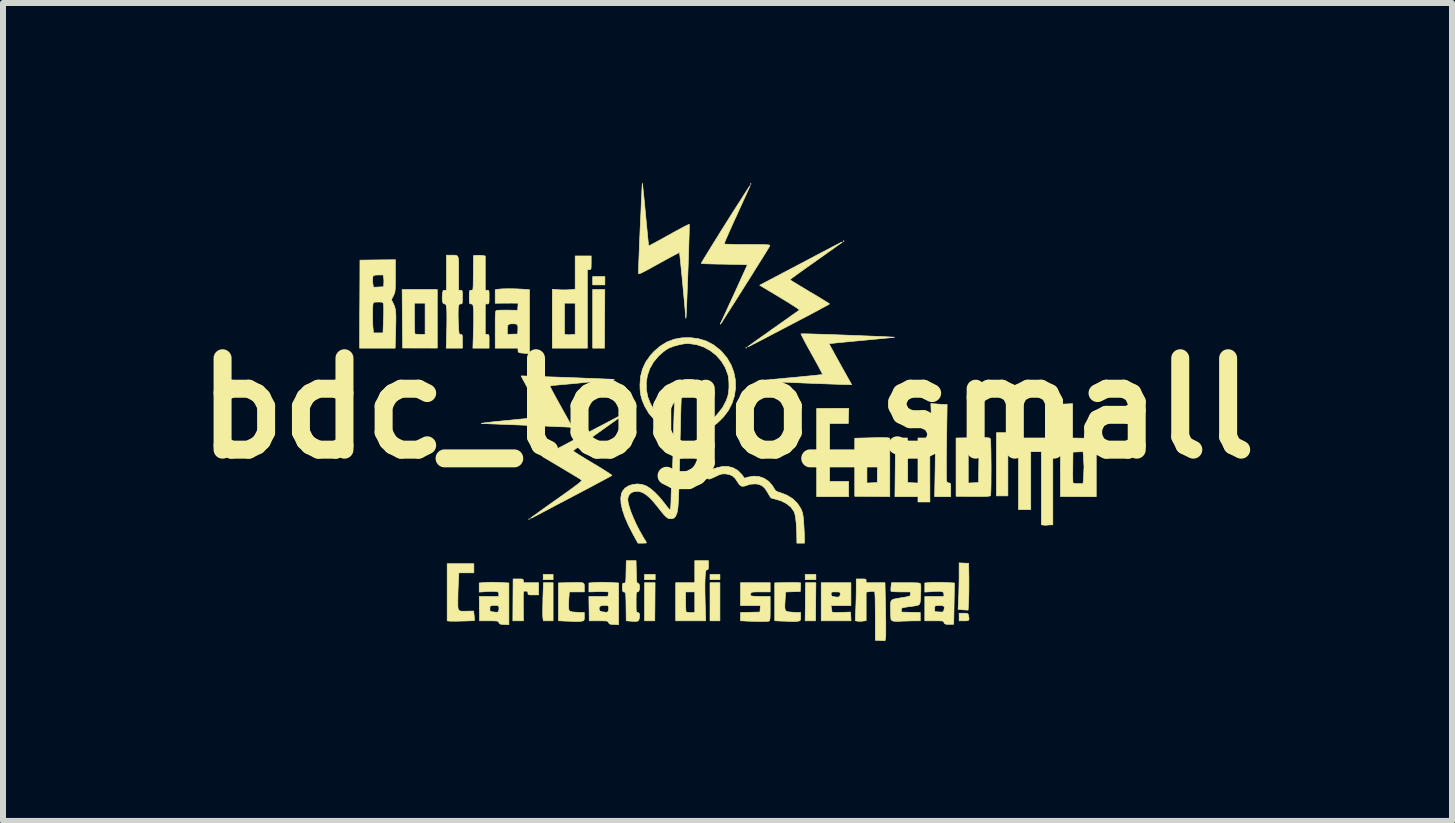
<source format=kicad_pcb>
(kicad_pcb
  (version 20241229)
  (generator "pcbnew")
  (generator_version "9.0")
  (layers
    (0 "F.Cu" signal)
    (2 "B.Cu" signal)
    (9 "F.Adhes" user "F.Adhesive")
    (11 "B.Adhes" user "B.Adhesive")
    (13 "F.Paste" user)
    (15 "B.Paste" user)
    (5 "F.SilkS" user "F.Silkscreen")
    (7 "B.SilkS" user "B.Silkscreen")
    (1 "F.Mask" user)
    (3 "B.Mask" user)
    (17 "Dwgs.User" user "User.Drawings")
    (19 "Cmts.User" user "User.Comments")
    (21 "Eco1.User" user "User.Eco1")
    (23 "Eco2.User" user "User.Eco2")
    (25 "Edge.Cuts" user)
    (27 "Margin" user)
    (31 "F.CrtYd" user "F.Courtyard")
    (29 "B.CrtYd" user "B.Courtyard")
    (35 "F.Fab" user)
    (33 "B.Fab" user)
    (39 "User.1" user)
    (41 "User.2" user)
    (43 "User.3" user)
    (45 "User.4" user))
  (footprint "bdc_logo_small"
    (layer "F.Cu")
    (at 9.079 3.757)
    (property "Reference" "bdc_logo_small" (at 0 0 0) (layer "F.SilkS") (effects (font (size 1.524 1.524) (thickness 0.3))))
    (attr through_hole)
    (fp_poly (pts (xy -3.302 1.848) (xy -3.308 1.854) (xy -3.315 1.848) (xy -3.308 1.841) (xy -3.302 1.848)) (stroke (width 0.01) (type solid)) (fill yes) (layer "F.SilkS"))
    (fp_poly (pts (xy -2.908 2.857) (xy -3.073 2.857) (xy -3.073 2.769) (xy -2.908 2.769) (xy -2.908 2.857)) (stroke (width 0.01) (type solid)) (fill yes) (layer "F.SilkS"))
    (fp_poly (pts (xy -2.045 -2.057) (xy -2.248 -2.057) (xy -2.248 -2.197) (xy -2.045 -2.197) (xy -2.045 -2.057)) (stroke (width 0.01) (type solid)) (fill yes) (layer "F.SilkS"))
    (fp_poly (pts (xy -1.676 0.07) (xy -1.683 0.076) (xy -1.689 0.07) (xy -1.683 0.064) (xy -1.676 0.07)) (stroke (width 0.01) (type solid)) (fill yes) (layer "F.SilkS"))
    (fp_poly (pts (xy -1.206 2.857) (xy -1.384 2.857) (xy -1.384 2.769) (xy -1.206 2.769) (xy -1.206 2.857)) (stroke (width 0.01) (type solid)) (fill yes) (layer "F.SilkS"))
    (fp_poly (pts (xy -0.127 2.857) (xy -0.292 2.857) (xy -0.292 2.769) (xy -0.127 2.769) (xy -0.127 2.857)) (stroke (width 0.01) (type solid)) (fill yes) (layer "F.SilkS"))
    (fp_poly (pts (xy -0.127 3.543) (xy -0.292 3.543) (xy -0.292 2.908) (xy -0.127 2.908) (xy -0.127 3.543)) (stroke (width 0.01) (type solid)) (fill yes) (layer "F.SilkS"))
    (fp_poly (pts (xy 0.318 -1.01) (xy 0.311 -1.003) (xy 0.305 -1.01) (xy 0.311 -1.016) (xy 0.318 -1.01)) (stroke (width 0.01) (type solid)) (fill yes) (layer "F.SilkS"))
    (fp_poly (pts (xy 0.394 -3.74) (xy 0.387 -3.734) (xy 0.381 -3.74) (xy 0.387 -3.747) (xy 0.394 -3.74)) (stroke (width 0.01) (type solid)) (fill yes) (layer "F.SilkS"))
    (fp_poly (pts (xy 1.473 2.857) (xy 1.295 2.857) (xy 1.295 2.769) (xy 1.473 2.769) (xy 1.473 2.857)) (stroke (width 0.01) (type solid)) (fill yes) (layer "F.SilkS"))
    (fp_poly (pts (xy 1.943 -2.788) (xy 1.937 -2.781) (xy 1.93 -2.788) (xy 1.937 -2.794) (xy 1.943 -2.788)) (stroke (width 0.01) (type solid)) (fill yes) (layer "F.SilkS"))
    (fp_poly (pts (xy -2.049 -1.492) (xy -2.051 -1.003) (xy -2.149 -1.003) (xy -2.248 -1.003) (xy -2.248 -1.981) (xy -2.046 -1.981) (xy -2.049 -1.492)) (stroke (width 0.01) (type solid)) (fill yes) (layer "F.SilkS"))
    (fp_poly (pts (xy -1.21 3.226) (xy -1.213 3.543) (xy -1.299 3.543) (xy -1.384 3.543) (xy -1.384 2.908) (xy -1.208 2.908) (xy -1.21 3.226)) (stroke (width 0.01) (type solid)) (fill yes) (layer "F.SilkS"))
    (fp_poly (pts (xy 1.47 3.226) (xy 1.467 3.543) (xy 1.38 3.543) (xy 1.294 3.543) (xy 1.301 2.908) (xy 1.473 2.908) (xy 1.47 3.226)) (stroke (width 0.01) (type solid)) (fill yes) (layer "F.SilkS"))
    (fp_poly (pts (xy 2.017 0.127) (xy 2.013 0.254) (xy 1.857 0.254) (xy 1.702 0.254) (xy 1.702 1.219) (xy 2.019 1.219) (xy 2.019 1.473) (xy 1.486 1.473) (xy 1.486 0.002) (xy 2.021 -0.00008) (xy 2.017 0.127)) (stroke (width 0.01) (type solid)) (fill yes) (layer "F.SilkS"))
    (fp_poly (pts (xy -2.908 3.543) (xy -3.07 3.543) (xy -3.078 3.496) (xy -3.08 3.469) (xy -3.081 3.421) (xy -3.081 3.357) (xy -3.08 3.282) (xy -3.078 3.199) (xy -3.078 3.178) (xy -3.069 2.908) (xy -2.908 2.908) (xy -2.908 3.543)) (stroke (width 0.01) (type solid)) (fill yes) (layer "F.SilkS"))
    (fp_poly (pts (xy 3.977 3.417) (xy 4 3.421) (xy 4.011 3.432) (xy 4.017 3.453) (xy 4.018 3.456) (xy 4.026 3.501) (xy 4.024 3.527) (xy 4.008 3.539) (xy 3.974 3.543) (xy 3.943 3.543) (xy 3.861 3.543) (xy 3.861 3.416) (xy 3.935 3.416) (xy 3.977 3.417)) (stroke (width 0.01) (type solid)) (fill yes) (layer "F.SilkS"))
    (fp_poly (pts (xy 4.674 0.495) (xy 5.423 0.495) (xy 5.423 1.943) (xy 5.388 1.943) (xy 5.352 1.945) (xy 5.328 1.948) (xy 5.295 1.949) (xy 5.267 1.947) (xy 5.232 1.941) (xy 5.232 0.724) (xy 5.055 0.724) (xy 5.055 1.689) (xy 4.851 1.689) (xy 4.851 0.724) (xy 4.674 0.724) (xy 4.674 1.46) (xy 4.483 1.46) (xy 4.483 0.406) (xy 4.674 0.406) (xy 4.674 0.495)) (stroke (width 0.01) (type solid)) (fill yes) (layer "F.SilkS"))
    (fp_poly (pts (xy 3.373 1.029) (xy 3.374 1.562) (xy 3.175 1.562) (xy 3.175 1.473) (xy 2.791 1.473) (xy 2.796 0.984) (xy 2.8 0.495) (xy 2.899 0.495) (xy 2.997 0.495) (xy 3 0.549) (xy 3.001 0.577) (xy 3.002 0.626) (xy 3.003 0.691) (xy 3.003 0.77) (xy 3.003 0.857) (xy 3.004 0.921) (xy 3.004 1.238) (xy 3.175 1.246) (xy 3.175 0.495) (xy 3.372 0.495) (xy 3.373 1.029)) (stroke (width 0.01) (type solid)) (fill yes) (layer "F.SilkS"))
    (fp_poly (pts (xy -4.839 -1.004) (xy -5.417 -1.005) (xy -5.421 -1.493) (xy -5.423 -1.753) (xy -5.22 -1.753) (xy -5.22 -1.501) (xy -5.219 -1.423) (xy -5.218 -1.354) (xy -5.216 -1.299) (xy -5.214 -1.259) (xy -5.212 -1.241) (xy -5.211 -1.24) (xy -5.195 -1.236) (xy -5.161 -1.233) (xy -5.122 -1.232) (xy -5.042 -1.232) (xy -5.042 -1.753) (xy -5.22 -1.753) (xy -5.423 -1.753) (xy -5.425 -1.981) (xy -4.839 -1.981) (xy -4.839 -1.004)) (stroke (width 0.01) (type solid)) (fill yes) (layer "F.SilkS"))
    (fp_poly (pts (xy 3.94 2.581) (xy 4.02 2.584) (xy 4.024 2.819) (xy 4.024 2.909) (xy 4.024 3.002) (xy 4.023 3.093) (xy 4.021 3.171) (xy 4.019 3.21) (xy 4.011 3.365) (xy 3.977 3.363) (xy 3.941 3.361) (xy 3.899 3.357) (xy 3.894 3.356) (xy 3.844 3.351) (xy 3.852 3.171) (xy 3.856 3.09) (xy 3.858 2.994) (xy 3.86 2.894) (xy 3.861 2.802) (xy 3.861 2.784) (xy 3.861 2.577) (xy 3.94 2.581)) (stroke (width 0.01) (type solid)) (fill yes) (layer "F.SilkS"))
    (fp_poly (pts (xy 2.643 0.49) (xy 2.669 0.491) (xy 2.671 0.492) (xy 2.705 0.498) (xy 2.705 1.472) (xy 2.121 1.467) (xy 2.121 0.727) (xy 2.324 0.727) (xy 2.324 1.246) (xy 2.496 1.238) (xy 2.502 0.727) (xy 2.467 0.722) (xy 2.43 0.719) (xy 2.386 0.721) (xy 2.378 0.721) (xy 2.324 0.727) (xy 2.121 0.727) (xy 2.121 0.499) (xy 2.379 0.492) (xy 2.46 0.49) (xy 2.533 0.489) (xy 2.596 0.489) (xy 2.643 0.49)) (stroke (width 0.01) (type solid)) (fill yes) (layer "F.SilkS"))
    (fp_poly (pts (xy -2.273 -2.426) (xy -2.274 -2.372) (xy -2.275 -2.338) (xy -2.28 -2.32) (xy -2.288 -2.313) (xy -2.302 -2.311) (xy -2.305 -2.311) (xy -2.337 -2.311) (xy -2.337 -1.003) (xy -2.921 -1.003) (xy -2.921 -1.753) (xy -2.718 -1.753) (xy -2.718 -1.234) (xy -2.683 -1.228) (xy -2.647 -1.225) (xy -2.623 -1.227) (xy -2.588 -1.231) (xy -2.569 -1.232) (xy -2.54 -1.232) (xy -2.54 -1.753) (xy -2.718 -1.753) (xy -2.921 -1.753) (xy -2.921 -1.985) (xy -2.826 -1.977) (xy -2.76 -1.974) (xy -2.688 -1.974) (xy -2.635 -1.977) (xy -2.54 -1.985) (xy -2.54 -2.54) (xy -2.273 -2.54) (xy -2.273 -2.426)) (stroke (width 0.01) (type solid)) (fill yes) (layer "F.SilkS"))
    (fp_poly (pts (xy -4.229 2.743) (xy -4.479 2.743) (xy -4.487 2.905) (xy -4.491 2.986) (xy -4.494 3.077) (xy -4.495 3.164) (xy -4.496 3.217) (xy -4.496 3.285) (xy -4.493 3.332) (xy -4.484 3.361) (xy -4.464 3.377) (xy -4.432 3.383) (xy -4.381 3.383) (xy -4.342 3.382) (xy -4.233 3.38) (xy -4.224 3.457) (xy -4.221 3.498) (xy -4.219 3.528) (xy -4.22 3.538) (xy -4.234 3.54) (xy -4.268 3.542) (xy -4.317 3.544) (xy -4.376 3.546) (xy -4.44 3.547) (xy -4.502 3.549) (xy -4.559 3.549) (xy -4.604 3.549) (xy -4.633 3.548) (xy -4.639 3.548) (xy -4.674 3.542) (xy -4.674 2.591) (xy -4.229 2.591) (xy -4.229 2.743)) (stroke (width 0.01) (type solid)) (fill yes) (layer "F.SilkS"))
    (fp_poly (pts (xy -3.444 2.845) (xy -3.418 2.848) (xy -3.407 2.856) (xy -3.404 2.87) (xy -3.404 2.877) (xy -3.404 2.908) (xy -3.15 2.908) (xy -3.15 3.111) (xy -3.239 3.111) (xy -3.285 3.111) (xy -3.312 3.108) (xy -3.324 3.101) (xy -3.327 3.088) (xy -3.327 3.08) (xy -3.332 3.057) (xy -3.349 3.049) (xy -3.365 3.048) (xy -3.378 3.048) (xy -3.388 3.048) (xy -3.395 3.053) (xy -3.4 3.065) (xy -3.403 3.087) (xy -3.405 3.123) (xy -3.405 3.175) (xy -3.405 3.245) (xy -3.404 3.339) (xy -3.404 3.343) (xy -3.402 3.543) (xy -3.579 3.543) (xy -3.577 3.194) (xy -3.575 2.845) (xy -3.489 2.845) (xy -3.444 2.845)) (stroke (width 0.01) (type solid)) (fill yes) (layer "F.SilkS"))
    (fp_poly (pts (xy 5.753 0.495) (xy 5.852 0.497) (xy 5.918 0.498) (xy 5.992 0.497) (xy 6.048 0.496) (xy 6.147 0.492) (xy 6.147 1.474) (xy 5.55 1.471) (xy 5.55 1.124) (xy 5.755 1.124) (xy 5.756 1.181) (xy 5.757 1.221) (xy 5.759 1.24) (xy 5.759 1.241) (xy 5.776 1.252) (xy 5.818 1.257) (xy 5.846 1.257) (xy 5.927 1.257) (xy 5.935 1.172) (xy 5.943 0.977) (xy 5.935 0.821) (xy 5.927 0.723) (xy 5.759 0.73) (xy 5.756 0.978) (xy 5.755 1.055) (xy 5.755 1.124) (xy 5.55 1.124) (xy 5.55 0.167) (xy 5.515 0.163) (xy 5.48 0.159) (xy 5.48 -0.066) (xy 5.617 -0.071) (xy 5.753 -0.077) (xy 5.753 0.495)) (stroke (width 0.01) (type solid)) (fill yes) (layer "F.SilkS"))
    (fp_poly (pts (xy 0.711 3.061) (xy 0.553 3.061) (xy 0.487 3.061) (xy 0.442 3.062) (xy 0.414 3.065) (xy 0.398 3.071) (xy 0.39 3.079) (xy 0.387 3.086) (xy 0.384 3.112) (xy 0.387 3.124) (xy 0.403 3.129) (xy 0.44 3.133) (xy 0.494 3.136) (xy 0.553 3.137) (xy 0.711 3.137) (xy 0.711 3.339) (xy 0.711 3.416) (xy 0.71 3.472) (xy 0.707 3.509) (xy 0.703 3.532) (xy 0.697 3.544) (xy 0.691 3.548) (xy 0.67 3.551) (xy 0.627 3.553) (xy 0.567 3.554) (xy 0.495 3.553) (xy 0.414 3.551) (xy 0.329 3.548) (xy 0.308 3.547) (xy 0.216 3.542) (xy 0.216 3.404) (xy 0.54 3.397) (xy 0.548 3.289) (xy 0.216 3.289) (xy 0.216 2.908) (xy 0.711 2.908) (xy 0.711 3.061)) (stroke (width 0.01) (type solid)) (fill yes) (layer "F.SilkS"))
    (fp_poly (pts (xy 1.143 2.905) (xy 1.175 2.906) (xy 1.179 2.907) (xy 1.22 2.911) (xy 1.213 3.054) (xy 1.091 3.058) (xy 0.969 3.062) (xy 0.96 3.193) (xy 0.956 3.266) (xy 0.955 3.319) (xy 0.96 3.354) (xy 0.971 3.375) (xy 0.99 3.387) (xy 1.019 3.394) (xy 1.033 3.395) (xy 1.086 3.4) (xy 1.142 3.403) (xy 1.159 3.403) (xy 1.219 3.404) (xy 1.219 3.472) (xy 1.218 3.511) (xy 1.213 3.533) (xy 1.201 3.543) (xy 1.18 3.548) (xy 1.159 3.551) (xy 1.132 3.553) (xy 1.095 3.554) (xy 1.044 3.553) (xy 0.976 3.55) (xy 0.886 3.547) (xy 0.886 3.547) (xy 0.787 3.542) (xy 0.787 2.91) (xy 0.962 2.906) (xy 1.03 2.905) (xy 1.092 2.905) (xy 1.143 2.905)) (stroke (width 0.01) (type solid)) (fill yes) (layer "F.SilkS"))
    (fp_poly (pts (xy -0.318 2.616) (xy -0.319 2.659) (xy -0.323 2.682) (xy -0.332 2.691) (xy -0.341 2.692) (xy -0.353 2.695) (xy -0.36 2.707) (xy -0.366 2.733) (xy -0.371 2.777) (xy -0.373 2.808) (xy -0.375 2.854) (xy -0.377 2.92) (xy -0.377 3.002) (xy -0.376 3.092) (xy -0.374 3.186) (xy -0.373 3.233) (xy -0.364 3.543) (xy -0.864 3.543) (xy -0.864 3.061) (xy -0.699 3.061) (xy -0.699 3.224) (xy -0.698 3.286) (xy -0.696 3.338) (xy -0.694 3.376) (xy -0.69 3.394) (xy -0.69 3.395) (xy -0.673 3.4) (xy -0.64 3.403) (xy -0.614 3.404) (xy -0.546 3.404) (xy -0.546 3.061) (xy -0.699 3.061) (xy -0.864 3.061) (xy -0.864 2.908) (xy -0.546 2.908) (xy -0.546 2.54) (xy -0.318 2.54) (xy -0.318 2.616)) (stroke (width 0.01) (type solid)) (fill yes) (layer "F.SilkS"))
    (fp_poly (pts (xy -2.444 2.905) (xy -2.415 2.91) (xy -2.398 2.919) (xy -2.39 2.934) (xy -2.388 2.955) (xy -2.388 2.984) (xy -2.388 2.986) (xy -2.388 3.061) (xy -2.638 3.061) (xy -2.646 3.186) (xy -2.649 3.245) (xy -2.65 3.297) (xy -2.648 3.337) (xy -2.647 3.35) (xy -2.64 3.372) (xy -2.626 3.385) (xy -2.599 3.392) (xy -2.574 3.396) (xy -2.52 3.4) (xy -2.465 3.403) (xy -2.448 3.403) (xy -2.388 3.404) (xy -2.388 3.472) (xy -2.388 3.511) (xy -2.393 3.533) (xy -2.406 3.543) (xy -2.427 3.548) (xy -2.448 3.551) (xy -2.475 3.553) (xy -2.512 3.554) (xy -2.563 3.553) (xy -2.631 3.55) (xy -2.72 3.547) (xy -2.721 3.547) (xy -2.819 3.542) (xy -2.819 2.911) (xy -2.638 2.906) (xy -2.553 2.904) (xy -2.489 2.903) (xy -2.444 2.905)) (stroke (width 0.01) (type solid)) (fill yes) (layer "F.SilkS"))
    (fp_poly (pts (xy 2.057 3.289) (xy 1.724 3.289) (xy 1.732 3.329) (xy 1.738 3.363) (xy 1.74 3.388) (xy 1.743 3.396) (xy 1.756 3.401) (xy 1.782 3.403) (xy 1.826 3.404) (xy 1.891 3.402) (xy 1.895 3.402) (xy 2.051 3.397) (xy 2.055 3.47) (xy 2.059 3.543) (xy 1.562 3.543) (xy 1.562 3.098) (xy 1.727 3.098) (xy 1.731 3.124) (xy 1.746 3.136) (xy 1.768 3.14) (xy 1.802 3.145) (xy 1.824 3.148) (xy 1.825 3.148) (xy 1.849 3.145) (xy 1.86 3.142) (xy 1.875 3.124) (xy 1.88 3.097) (xy 1.878 3.077) (xy 1.871 3.066) (xy 1.852 3.062) (xy 1.814 3.061) (xy 1.803 3.061) (xy 1.761 3.061) (xy 1.738 3.065) (xy 1.729 3.074) (xy 1.727 3.092) (xy 1.727 3.098) (xy 1.562 3.098) (xy 1.562 2.908) (xy 2.057 2.908) (xy 2.057 3.289)) (stroke (width 0.01) (type solid)) (fill yes) (layer "F.SilkS"))
    (fp_poly (pts (xy 2.273 2.845) (xy 2.298 2.848) (xy 2.309 2.856) (xy 2.311 2.871) (xy 2.311 2.877) (xy 2.311 2.908) (xy 2.625 2.908) (xy 2.635 3.344) (xy 2.636 3.449) (xy 2.638 3.547) (xy 2.638 3.636) (xy 2.638 3.712) (xy 2.638 3.772) (xy 2.636 3.812) (xy 2.635 3.827) (xy 2.626 3.874) (xy 2.545 3.871) (xy 2.464 3.867) (xy 2.464 3.465) (xy 2.463 3.35) (xy 2.462 3.252) (xy 2.461 3.171) (xy 2.458 3.11) (xy 2.455 3.071) (xy 2.452 3.055) (xy 2.452 3.055) (xy 2.433 3.052) (xy 2.398 3.053) (xy 2.375 3.055) (xy 2.311 3.064) (xy 2.311 3.54) (xy 2.253 3.548) (xy 2.21 3.551) (xy 2.172 3.549) (xy 2.162 3.548) (xy 2.13 3.54) (xy 2.138 3.341) (xy 2.141 3.257) (xy 2.144 3.166) (xy 2.145 3.079) (xy 2.146 3.006) (xy 2.146 2.994) (xy 2.146 2.845) (xy 2.229 2.845) (xy 2.273 2.845)) (stroke (width 0.01) (type solid)) (fill yes) (layer "F.SilkS"))
    (fp_poly (pts (xy 4.305 0.49) (xy 4.337 0.491) (xy 4.358 0.494) (xy 4.37 0.497) (xy 4.377 0.502) (xy 4.382 0.508) (xy 4.385 0.525) (xy 4.387 0.564) (xy 4.389 0.621) (xy 4.391 0.692) (xy 4.392 0.776) (xy 4.393 0.867) (xy 4.394 0.962) (xy 4.394 1.058) (xy 4.393 1.151) (xy 4.393 1.238) (xy 4.392 1.315) (xy 4.39 1.379) (xy 4.388 1.426) (xy 4.385 1.452) (xy 4.384 1.457) (xy 4.373 1.462) (xy 4.347 1.466) (xy 4.303 1.469) (xy 4.239 1.47) (xy 4.153 1.47) (xy 4.092 1.47) (xy 3.81 1.467) (xy 3.81 0.727) (xy 4.013 0.727) (xy 4.013 1.246) (xy 4.185 1.238) (xy 4.192 0.727) (xy 4.156 0.722) (xy 4.119 0.719) (xy 4.075 0.721) (xy 4.067 0.721) (xy 4.013 0.727) (xy 3.81 0.727) (xy 3.81 0.495) (xy 4.01 0.492) (xy 4.115 0.491) (xy 4.197 0.49) (xy 4.259 0.489) (xy 4.305 0.49)) (stroke (width 0.01) (type solid)) (fill yes) (layer "F.SilkS"))
    (fp_poly (pts (xy 3.488 -0.072) (xy 3.54 -0.068) (xy 3.588 -0.065) (xy 3.621 -0.064) (xy 3.623 -0.064) (xy 3.661 -0.064) (xy 3.652 0.556) (xy 3.65 0.68) (xy 3.649 0.797) (xy 3.648 0.905) (xy 3.648 1) (xy 3.648 1.081) (xy 3.649 1.145) (xy 3.65 1.188) (xy 3.651 1.209) (xy 3.652 1.21) (xy 3.665 1.237) (xy 3.69 1.245) (xy 3.691 1.245) (xy 3.705 1.246) (xy 3.714 1.252) (xy 3.719 1.269) (xy 3.721 1.301) (xy 3.721 1.353) (xy 3.721 1.359) (xy 3.721 1.473) (xy 3.453 1.473) (xy 3.462 0.962) (xy 3.463 0.844) (xy 3.465 0.727) (xy 3.465 0.616) (xy 3.465 0.516) (xy 3.465 0.428) (xy 3.463 0.358) (xy 3.462 0.309) (xy 3.461 0.304) (xy 3.457 0.241) (xy 3.453 0.199) (xy 3.448 0.174) (xy 3.442 0.162) (xy 3.432 0.158) (xy 3.425 0.158) (xy 3.412 0.157) (xy 3.404 0.149) (xy 3.399 0.131) (xy 3.396 0.096) (xy 3.394 0.041) (xy 3.394 0.039) (xy 3.39 -0.08) (xy 3.488 -0.072)) (stroke (width 0.01) (type solid)) (fill yes) (layer "F.SilkS"))
    (fp_poly (pts (xy 3.581 2.902) (xy 3.632 2.904) (xy 3.783 2.912) (xy 3.777 3.256) (xy 3.771 3.6) (xy 3.718 3.602) (xy 3.676 3.602) (xy 3.641 3.599) (xy 3.635 3.598) (xy 3.612 3.584) (xy 3.607 3.568) (xy 3.605 3.558) (xy 3.597 3.551) (xy 3.58 3.546) (xy 3.548 3.544) (xy 3.497 3.543) (xy 3.448 3.543) (xy 3.289 3.543) (xy 3.289 3.339) (xy 3.454 3.339) (xy 3.454 3.39) (xy 3.515 3.394) (xy 3.559 3.397) (xy 3.585 3.395) (xy 3.599 3.386) (xy 3.607 3.366) (xy 3.61 3.353) (xy 3.615 3.322) (xy 3.609 3.302) (xy 3.587 3.291) (xy 3.546 3.287) (xy 3.502 3.288) (xy 3.471 3.29) (xy 3.458 3.3) (xy 3.454 3.325) (xy 3.454 3.339) (xy 3.289 3.339) (xy 3.289 3.137) (xy 3.607 3.137) (xy 3.607 3.1) (xy 3.603 3.078) (xy 3.591 3.063) (xy 3.565 3.054) (xy 3.523 3.051) (xy 3.462 3.053) (xy 3.415 3.056) (xy 3.289 3.064) (xy 3.289 2.912) (xy 3.385 2.904) (xy 3.438 2.901) (xy 3.507 2.901) (xy 3.581 2.902)) (stroke (width 0.01) (type solid)) (fill yes) (layer "F.SilkS"))
    (fp_poly (pts (xy -2.01 2.902) (xy -1.964 2.904) (xy -1.816 2.912) (xy -1.816 3.607) (xy -1.876 3.605) (xy -1.917 3.603) (xy -1.949 3.6) (xy -1.958 3.598) (xy -1.978 3.583) (xy -1.985 3.568) (xy -1.99 3.558) (xy -2 3.551) (xy -2.02 3.546) (xy -2.054 3.544) (xy -2.107 3.543) (xy -2.149 3.543) (xy -2.306 3.543) (xy -2.308 3.356) (xy -2.141 3.356) (xy -2.124 3.381) (xy -2.086 3.394) (xy -2.078 3.394) (xy -2.045 3.398) (xy -2.026 3.401) (xy -2.024 3.401) (xy -2.012 3.399) (xy -2.001 3.396) (xy -1.986 3.377) (xy -1.981 3.34) (xy -1.983 3.307) (xy -1.993 3.293) (xy -2.016 3.287) (xy -2.016 3.287) (xy -2.072 3.285) (xy -2.114 3.294) (xy -2.136 3.311) (xy -2.138 3.316) (xy -2.141 3.356) (xy -2.308 3.356) (xy -2.309 3.34) (xy -2.311 3.137) (xy -1.997 3.137) (xy -1.988 3.104) (xy -1.985 3.076) (xy -1.988 3.062) (xy -2.003 3.06) (xy -2.039 3.058) (xy -2.089 3.057) (xy -2.149 3.057) (xy -2.154 3.057) (xy -2.311 3.061) (xy -2.311 2.912) (xy -2.212 2.904) (xy -2.156 2.901) (xy -2.085 2.9) (xy -2.01 2.902)) (stroke (width 0.01) (type solid)) (fill yes) (layer "F.SilkS"))
    (fp_poly (pts (xy -3.839 2.902) (xy -3.793 2.904) (xy -3.645 2.912) (xy -3.645 3.607) (xy -3.705 3.605) (xy -3.746 3.603) (xy -3.778 3.6) (xy -3.786 3.598) (xy -3.807 3.583) (xy -3.814 3.568) (xy -3.818 3.558) (xy -3.829 3.551) (xy -3.849 3.546) (xy -3.883 3.544) (xy -3.936 3.543) (xy -3.977 3.543) (xy -4.134 3.543) (xy -4.137 3.341) (xy -3.962 3.341) (xy -3.961 3.371) (xy -3.952 3.386) (xy -3.929 3.392) (xy -3.908 3.394) (xy -3.875 3.398) (xy -3.855 3.401) (xy -3.852 3.401) (xy -3.841 3.399) (xy -3.83 3.396) (xy -3.815 3.377) (xy -3.81 3.34) (xy -3.812 3.307) (xy -3.822 3.293) (xy -3.845 3.287) (xy -3.845 3.287) (xy -3.884 3.285) (xy -3.921 3.288) (xy -3.948 3.293) (xy -3.96 3.306) (xy -3.962 3.334) (xy -3.962 3.341) (xy -4.137 3.341) (xy -4.137 3.34) (xy -4.139 3.137) (xy -3.815 3.137) (xy -3.813 3.1) (xy -3.814 3.074) (xy -3.829 3.062) (xy -3.851 3.056) (xy -3.882 3.053) (xy -3.93 3.052) (xy -3.987 3.054) (xy -4.016 3.056) (xy -4.14 3.064) (xy -4.14 2.912) (xy -4.04 2.904) (xy -3.984 2.901) (xy -3.914 2.9) (xy -3.839 2.902)) (stroke (width 0.01) (type solid)) (fill yes) (layer "F.SilkS"))
    (fp_poly (pts (xy -3.589 -1.993) (xy -3.494 -1.99) (xy -3.418 -1.986) (xy -3.302 -1.977) (xy -3.302 -0.914) (xy -3.356 -0.916) (xy -3.402 -0.919) (xy -3.445 -0.923) (xy -3.451 -0.924) (xy -3.48 -0.93) (xy -3.491 -0.946) (xy -3.493 -0.966) (xy -3.493 -1.003) (xy -3.873 -1.003) (xy -3.873 -1.313) (xy -3.873 -1.314) (xy -3.67 -1.314) (xy -3.67 -1.234) (xy -3.585 -1.236) (xy -3.499 -1.238) (xy -3.495 -1.313) (xy -3.495 -1.362) (xy -3.503 -1.391) (xy -3.523 -1.405) (xy -3.56 -1.409) (xy -3.569 -1.409) (xy -3.619 -1.408) (xy -3.649 -1.399) (xy -3.665 -1.379) (xy -3.67 -1.343) (xy -3.67 -1.314) (xy -3.873 -1.314) (xy -3.873 -1.41) (xy -3.873 -1.485) (xy -3.872 -1.54) (xy -3.87 -1.579) (xy -3.867 -1.605) (xy -3.863 -1.62) (xy -3.857 -1.628) (xy -3.851 -1.631) (xy -3.831 -1.634) (xy -3.79 -1.636) (xy -3.736 -1.637) (xy -3.672 -1.637) (xy -3.664 -1.637) (xy -3.499 -1.634) (xy -3.495 -1.693) (xy -3.491 -1.753) (xy -3.558 -1.753) (xy -3.602 -1.754) (xy -3.661 -1.753) (xy -3.725 -1.753) (xy -3.75 -1.753) (xy -3.873 -1.751) (xy -3.873 -1.978) (xy -3.815 -1.986) (xy -3.756 -1.991) (xy -3.678 -1.993) (xy -3.589 -1.993)) (stroke (width 0.01) (type solid)) (fill yes) (layer "F.SilkS"))
    (fp_poly (pts (xy -1.521 2.727) (xy -1.519 2.801) (xy -1.517 2.854) (xy -1.514 2.887) (xy -1.509 2.906) (xy -1.502 2.914) (xy -1.499 2.915) (xy -1.477 2.926) (xy -1.467 2.957) (xy -1.467 3.004) (xy -1.468 3.011) (xy -1.477 3.045) (xy -1.492 3.059) (xy -1.5 3.061) (xy -1.51 3.062) (xy -1.516 3.07) (xy -1.521 3.088) (xy -1.523 3.12) (xy -1.524 3.17) (xy -1.524 3.232) (xy -1.524 3.301) (xy -1.523 3.349) (xy -1.52 3.379) (xy -1.516 3.395) (xy -1.509 3.402) (xy -1.5 3.404) (xy -1.477 3.412) (xy -1.466 3.438) (xy -1.469 3.485) (xy -1.469 3.489) (xy -1.475 3.519) (xy -1.485 3.538) (xy -1.502 3.549) (xy -1.532 3.553) (xy -1.578 3.551) (xy -1.635 3.547) (xy -1.689 3.542) (xy -1.692 3.304) (xy -1.693 3.221) (xy -1.695 3.16) (xy -1.697 3.118) (xy -1.7 3.09) (xy -1.704 3.074) (xy -1.711 3.067) (xy -1.719 3.064) (xy -1.724 3.063) (xy -1.74 3.058) (xy -1.749 3.045) (xy -1.752 3.018) (xy -1.753 2.986) (xy -1.752 2.945) (xy -1.748 2.923) (xy -1.738 2.915) (xy -1.724 2.914) (xy -1.713 2.913) (xy -1.705 2.909) (xy -1.7 2.896) (xy -1.696 2.871) (xy -1.694 2.831) (xy -1.693 2.772) (xy -1.692 2.727) (xy -1.688 2.54) (xy -1.525 2.54) (xy -1.521 2.727)) (stroke (width 0.01) (type solid)) (fill yes) (layer "F.SilkS"))
    (fp_poly (pts (xy -4.089 -2.548) (xy -4.08 -2.547) (xy -4.039 -2.539) (xy -4.039 -1.968) (xy -4.007 -1.968) (xy -3.992 -1.968) (xy -3.982 -1.962) (xy -3.977 -1.946) (xy -3.975 -1.915) (xy -3.975 -1.864) (xy -3.975 -1.854) (xy -3.975 -1.8) (xy -3.977 -1.766) (xy -3.981 -1.749) (xy -3.99 -1.741) (xy -4.004 -1.74) (xy -4.007 -1.74) (xy -4.039 -1.74) (xy -4.039 -1.232) (xy -4.007 -1.232) (xy -3.992 -1.231) (xy -3.982 -1.225) (xy -3.977 -1.209) (xy -3.975 -1.178) (xy -3.975 -1.128) (xy -3.975 -1.118) (xy -3.975 -1.003) (xy -4.245 -1.003) (xy -4.236 -1.295) (xy -4.233 -1.384) (xy -4.232 -1.468) (xy -4.232 -1.545) (xy -4.233 -1.607) (xy -4.234 -1.652) (xy -4.235 -1.663) (xy -4.241 -1.706) (xy -4.248 -1.729) (xy -4.259 -1.738) (xy -4.275 -1.74) (xy -4.289 -1.741) (xy -4.298 -1.747) (xy -4.303 -1.764) (xy -4.305 -1.796) (xy -4.305 -1.848) (xy -4.305 -1.854) (xy -4.305 -1.908) (xy -4.303 -1.942) (xy -4.299 -1.96) (xy -4.29 -1.967) (xy -4.276 -1.968) (xy -4.274 -1.968) (xy -4.264 -1.968) (xy -4.256 -1.968) (xy -4.25 -1.972) (xy -4.246 -1.983) (xy -4.243 -2.002) (xy -4.241 -2.033) (xy -4.24 -2.079) (xy -4.239 -2.142) (xy -4.238 -2.225) (xy -4.237 -2.33) (xy -4.237 -2.33) (xy -4.235 -2.546) (xy -4.179 -2.55) (xy -4.132 -2.551) (xy -4.089 -2.548)) (stroke (width 0.01) (type solid)) (fill yes) (layer "F.SilkS"))
    (fp_poly (pts (xy -4.54 -2.552) (xy -4.517 -2.547) (xy -4.501 -2.536) (xy -4.491 -2.514) (xy -4.486 -2.479) (xy -4.483 -2.428) (xy -4.483 -2.358) (xy -4.483 -2.266) (xy -4.483 -2.253) (xy -4.483 -1.968) (xy -4.451 -1.968) (xy -4.436 -1.968) (xy -4.427 -1.962) (xy -4.422 -1.946) (xy -4.42 -1.915) (xy -4.42 -1.864) (xy -4.42 -1.854) (xy -4.42 -1.8) (xy -4.422 -1.766) (xy -4.426 -1.748) (xy -4.435 -1.741) (xy -4.448 -1.74) (xy -4.45 -1.74) (xy -4.468 -1.737) (xy -4.479 -1.723) (xy -4.486 -1.691) (xy -4.488 -1.68) (xy -4.49 -1.645) (xy -4.491 -1.592) (xy -4.491 -1.526) (xy -4.489 -1.453) (xy -4.488 -1.426) (xy -4.484 -1.352) (xy -4.481 -1.3) (xy -4.478 -1.265) (xy -4.473 -1.245) (xy -4.467 -1.235) (xy -4.458 -1.232) (xy -4.449 -1.232) (xy -4.435 -1.231) (xy -4.427 -1.224) (xy -4.422 -1.207) (xy -4.42 -1.175) (xy -4.42 -1.122) (xy -4.42 -1.118) (xy -4.42 -1.003) (xy -4.69 -1.003) (xy -4.682 -1.286) (xy -4.68 -1.374) (xy -4.679 -1.459) (xy -4.679 -1.537) (xy -4.68 -1.6) (xy -4.681 -1.645) (xy -4.682 -1.654) (xy -4.687 -1.7) (xy -4.693 -1.726) (xy -4.702 -1.737) (xy -4.717 -1.74) (xy -4.718 -1.74) (xy -4.741 -1.751) (xy -4.754 -1.786) (xy -4.757 -1.843) (xy -4.754 -1.898) (xy -4.748 -1.939) (xy -4.741 -1.96) (xy -4.729 -1.968) (xy -4.716 -1.968) (xy -4.686 -1.968) (xy -4.686 -2.553) (xy -4.613 -2.553) (xy -4.572 -2.553) (xy -4.54 -2.552)) (stroke (width 0.01) (type solid)) (fill yes) (layer "F.SilkS"))
    (fp_poly (pts (xy 3.056 2.908) (xy 3.118 2.909) (xy 3.161 2.91) (xy 3.189 2.913) (xy 3.206 2.917) (xy 3.214 2.924) (xy 3.219 2.932) (xy 3.22 2.935) (xy 3.222 2.957) (xy 3.223 2.999) (xy 3.222 3.055) (xy 3.219 3.118) (xy 3.219 3.119) (xy 3.216 3.185) (xy 3.212 3.231) (xy 3.203 3.261) (xy 3.187 3.278) (xy 3.159 3.288) (xy 3.117 3.295) (xy 3.067 3.302) (xy 2.998 3.311) (xy 2.95 3.319) (xy 2.92 3.326) (xy 2.904 3.333) (xy 2.898 3.343) (xy 2.897 3.356) (xy 2.898 3.363) (xy 2.902 3.397) (xy 3.058 3.401) (xy 3.213 3.404) (xy 3.213 3.543) (xy 3.121 3.543) (xy 3.064 3.544) (xy 2.994 3.546) (xy 2.925 3.548) (xy 2.908 3.549) (xy 2.853 3.551) (xy 2.805 3.551) (xy 2.771 3.549) (xy 2.762 3.548) (xy 2.737 3.535) (xy 2.728 3.526) (xy 2.724 3.508) (xy 2.721 3.471) (xy 2.719 3.419) (xy 2.718 3.358) (xy 2.718 3.356) (xy 2.718 3.293) (xy 2.719 3.247) (xy 2.725 3.217) (xy 2.74 3.196) (xy 2.768 3.183) (xy 2.811 3.173) (xy 2.874 3.162) (xy 2.911 3.156) (xy 2.971 3.146) (xy 3.01 3.138) (xy 3.033 3.131) (xy 3.044 3.122) (xy 3.048 3.109) (xy 3.048 3.097) (xy 3.048 3.061) (xy 2.89 3.061) (xy 2.829 3.06) (xy 2.778 3.058) (xy 2.742 3.054) (xy 2.726 3.05) (xy 2.725 3.05) (xy 2.723 3.032) (xy 2.724 2.998) (xy 2.726 2.974) (xy 2.734 2.908) (xy 2.973 2.908) (xy 3.056 2.908)) (stroke (width 0.01) (type solid)) (fill yes) (layer "F.SilkS"))
    (fp_poly (pts (xy -5.537 -2.21) (xy -5.537 -2.12) (xy -5.538 -2.053) (xy -5.539 -2.002) (xy -5.542 -1.966) (xy -5.546 -1.938) (xy -5.553 -1.916) (xy -5.561 -1.895) (xy -5.57 -1.877) (xy -5.603 -1.811) (xy -5.575 -1.753) (xy -5.559 -1.72) (xy -5.548 -1.688) (xy -5.539 -1.654) (xy -5.533 -1.613) (xy -5.53 -1.563) (xy -5.529 -1.499) (xy -5.53 -1.417) (xy -5.533 -1.315) (xy -5.533 -1.305) (xy -5.541 -1.003) (xy -6.134 -1.003) (xy -6.132 -1.586) (xy -5.918 -1.586) (xy -5.918 -1.516) (xy -5.916 -1.446) (xy -5.914 -1.383) (xy -5.91 -1.335) (xy -5.902 -1.257) (xy -5.744 -1.257) (xy -5.736 -1.477) (xy -5.733 -1.552) (xy -5.732 -1.62) (xy -5.732 -1.677) (xy -5.733 -1.718) (xy -5.735 -1.734) (xy -5.74 -1.754) (xy -5.75 -1.766) (xy -5.77 -1.771) (xy -5.808 -1.772) (xy -5.823 -1.772) (xy -5.867 -1.771) (xy -5.892 -1.768) (xy -5.904 -1.758) (xy -5.91 -1.741) (xy -5.911 -1.735) (xy -5.914 -1.702) (xy -5.917 -1.651) (xy -5.918 -1.586) (xy -6.132 -1.586) (xy -6.131 -1.737) (xy -6.129 -2.118) (xy -5.917 -2.118) (xy -5.912 -2.066) (xy -5.91 -2.058) (xy -5.902 -2.018) (xy -5.818 -2.022) (xy -5.734 -2.026) (xy -5.73 -2.083) (xy -5.729 -2.129) (xy -5.732 -2.172) (xy -5.734 -2.181) (xy -5.742 -2.223) (xy -5.822 -2.223) (xy -5.87 -2.221) (xy -5.897 -2.215) (xy -5.91 -2.204) (xy -5.91 -2.202) (xy -5.917 -2.167) (xy -5.917 -2.118) (xy -6.129 -2.118) (xy -6.128 -2.47) (xy -5.832 -2.474) (xy -5.537 -2.477) (xy -5.537 -2.21)) (stroke (width 0.01) (type solid)) (fill yes) (layer "F.SilkS"))
    (fp_poly (pts (xy -1.708 0.085) (xy -1.721 0.095) (xy -1.752 0.118) (xy -1.8 0.153) (xy -1.861 0.197) (xy -1.935 0.249) (xy -2.017 0.308) (xy -2.107 0.372) (xy -2.146 0.4) (xy -2.238 0.465) (xy -2.323 0.525) (xy -2.4 0.58) (xy -2.465 0.627) (xy -2.517 0.665) (xy -2.554 0.692) (xy -2.573 0.707) (xy -2.575 0.709) (xy -2.565 0.717) (xy -2.536 0.737) (xy -2.491 0.766) (xy -2.431 0.803) (xy -2.36 0.847) (xy -2.281 0.894) (xy -2.248 0.914) (xy -2.166 0.963) (xy -2.092 1.008) (xy -2.029 1.048) (xy -1.978 1.081) (xy -1.944 1.104) (xy -1.928 1.118) (xy -1.927 1.119) (xy -1.94 1.127) (xy -1.973 1.145) (xy -2.024 1.173) (xy -2.091 1.209) (xy -2.172 1.252) (xy -2.263 1.301) (xy -2.364 1.354) (xy -2.47 1.41) (xy -2.584 1.47) (xy -2.695 1.529) (xy -2.802 1.585) (xy -2.901 1.637) (xy -2.988 1.683) (xy -3.062 1.722) (xy -3.118 1.752) (xy -3.148 1.768) (xy -3.201 1.795) (xy -3.244 1.817) (xy -3.274 1.83) (xy -3.286 1.834) (xy -3.286 1.833) (xy -3.274 1.824) (xy -3.244 1.801) (xy -3.197 1.768) (xy -3.137 1.724) (xy -3.064 1.672) (xy -2.982 1.613) (xy -2.892 1.549) (xy -2.847 1.518) (xy -2.735 1.438) (xy -2.642 1.372) (xy -2.568 1.318) (xy -2.511 1.275) (xy -2.47 1.243) (xy -2.444 1.22) (xy -2.431 1.206) (xy -2.43 1.198) (xy -2.444 1.189) (xy -2.478 1.167) (xy -2.527 1.137) (xy -2.59 1.099) (xy -2.663 1.055) (xy -2.744 1.007) (xy -2.765 0.994) (xy -3.085 0.804) (xy -2.498 0.495) (xy -2.381 0.434) (xy -2.268 0.374) (xy -2.161 0.317) (xy -2.062 0.266) (xy -1.975 0.22) (xy -1.902 0.181) (xy -1.846 0.152) (xy -1.809 0.132) (xy -1.803 0.129) (xy -1.759 0.106) (xy -1.726 0.091) (xy -1.709 0.084) (xy -1.708 0.085)) (stroke (width 0.01) (type solid)) (fill yes) (layer "F.SilkS"))
    (fp_poly (pts (xy 1.914 -2.773) (xy 1.913 -2.771) (xy 1.902 -2.762) (xy 1.872 -2.74) (xy 1.825 -2.707) (xy 1.765 -2.663) (xy 1.692 -2.612) (xy 1.61 -2.553) (xy 1.52 -2.49) (xy 1.475 -2.457) (xy 1.382 -2.392) (xy 1.296 -2.331) (xy 1.219 -2.276) (xy 1.154 -2.229) (xy 1.101 -2.19) (xy 1.064 -2.163) (xy 1.044 -2.148) (xy 1.042 -2.145) (xy 1.052 -2.137) (xy 1.082 -2.117) (xy 1.128 -2.089) (xy 1.188 -2.052) (xy 1.26 -2.009) (xy 1.339 -1.961) (xy 1.371 -1.942) (xy 1.454 -1.893) (xy 1.529 -1.848) (xy 1.594 -1.808) (xy 1.645 -1.777) (xy 1.682 -1.754) (xy 1.7 -1.741) (xy 1.701 -1.74) (xy 1.69 -1.733) (xy 1.659 -1.715) (xy 1.61 -1.689) (xy 1.546 -1.654) (xy 1.468 -1.612) (xy 1.38 -1.565) (xy 1.283 -1.514) (xy 1.229 -1.486) (xy 1.063 -1.399) (xy 0.918 -1.323) (xy 0.793 -1.258) (xy 0.686 -1.202) (xy 0.597 -1.155) (xy 0.523 -1.117) (xy 0.464 -1.086) (xy 0.418 -1.063) (xy 0.383 -1.045) (xy 0.359 -1.033) (xy 0.344 -1.027) (xy 0.337 -1.024) (xy 0.336 -1.025) (xy 0.337 -1.026) (xy 0.349 -1.035) (xy 0.381 -1.058) (xy 0.428 -1.093) (xy 0.49 -1.137) (xy 0.563 -1.189) (xy 0.646 -1.247) (xy 0.735 -1.311) (xy 0.768 -1.334) (xy 0.86 -1.399) (xy 0.945 -1.459) (xy 1.022 -1.513) (xy 1.087 -1.56) (xy 1.14 -1.597) (xy 1.177 -1.623) (xy 1.196 -1.637) (xy 1.198 -1.639) (xy 1.19 -1.648) (xy 1.163 -1.667) (xy 1.119 -1.697) (xy 1.061 -1.734) (xy 0.991 -1.778) (xy 0.912 -1.826) (xy 0.872 -1.85) (xy 0.536 -2.052) (xy 1.077 -2.337) (xy 1.235 -2.42) (xy 1.371 -2.492) (xy 1.488 -2.554) (xy 1.587 -2.606) (xy 1.67 -2.649) (xy 1.737 -2.685) (xy 1.791 -2.713) (xy 1.833 -2.735) (xy 1.864 -2.751) (xy 1.886 -2.762) (xy 1.901 -2.769) (xy 1.909 -2.772) (xy 1.913 -2.773) (xy 1.914 -2.773)) (stroke (width 0.01) (type solid)) (fill yes) (layer "F.SilkS"))
    (fp_poly (pts (xy -0.482 -1.16) (xy -0.354 -1.121) (xy -0.236 -1.059) (xy -0.126 -0.973) (xy -0.1 -0.948) (xy -0.01 -0.842) (xy 0.059 -0.725) (xy 0.105 -0.601) (xy 0.131 -0.472) (xy 0.134 -0.341) (xy 0.116 -0.211) (xy 0.076 -0.085) (xy 0.015 0.035) (xy -0.068 0.145) (xy -0.094 0.171) (xy -0.135 0.212) (xy -0.173 0.247) (xy -0.202 0.271) (xy -0.213 0.278) (xy -0.23 0.286) (xy -0.238 0.281) (xy -0.241 0.259) (xy -0.241 0.234) (xy -0.24 0.204) (xy -0.234 0.179) (xy -0.219 0.154) (xy -0.191 0.122) (xy -0.165 0.093) (xy -0.081 -0.014) (xy -0.02 -0.132) (xy 0.005 -0.202) (xy 0.018 -0.268) (xy 0.024 -0.348) (xy 0.023 -0.433) (xy 0.016 -0.512) (xy 0.007 -0.559) (xy -0.038 -0.679) (xy -0.103 -0.787) (xy -0.187 -0.882) (xy -0.285 -0.96) (xy -0.395 -1.021) (xy -0.515 -1.061) (xy -0.641 -1.079) (xy -0.668 -1.079) (xy -0.734 -1.074) (xy -0.812 -1.058) (xy -0.893 -1.036) (xy -0.965 -1.009) (xy -0.995 -0.994) (xy -1.034 -0.969) (xy -1.082 -0.932) (xy -1.131 -0.889) (xy -1.151 -0.87) (xy -1.234 -0.771) (xy -1.296 -0.662) (xy -1.336 -0.546) (xy -1.355 -0.427) (xy -1.352 -0.307) (xy -1.329 -0.188) (xy -1.284 -0.075) (xy -1.219 0.03) (xy -1.134 0.124) (xy -1.076 0.171) (xy -1.034 0.203) (xy -1.009 0.226) (xy -0.996 0.245) (xy -0.991 0.267) (xy -0.991 0.289) (xy -0.993 0.322) (xy -0.998 0.341) (xy -1.001 0.343) (xy -1.015 0.336) (xy -1.045 0.319) (xy -1.086 0.293) (xy -1.109 0.278) (xy -1.217 0.192) (xy -1.308 0.089) (xy -1.38 -0.033) (xy -1.385 -0.044) (xy -1.422 -0.132) (xy -1.445 -0.213) (xy -1.457 -0.297) (xy -1.46 -0.392) (xy -1.45 -0.529) (xy -1.417 -0.656) (xy -1.362 -0.774) (xy -1.283 -0.884) (xy -1.226 -0.947) (xy -1.12 -1.038) (xy -1.01 -1.106) (xy -0.891 -1.151) (xy -0.762 -1.175) (xy -0.622 -1.178) (xy -0.482 -1.16)) (stroke (width 0.01) (type solid)) (fill yes) (layer "F.SilkS"))
    (fp_poly (pts (xy 1.275 -1.242) (xy 1.332 -1.241) (xy 1.409 -1.239) (xy 1.502 -1.236) (xy 1.61 -1.233) (xy 1.73 -1.229) (xy 1.86 -1.224) (xy 1.998 -1.219) (xy 2.014 -1.218) (xy 2.152 -1.213) (xy 2.282 -1.208) (xy 2.402 -1.203) (xy 2.509 -1.199) (xy 2.602 -1.195) (xy 2.678 -1.191) (xy 2.736 -1.188) (xy 2.773 -1.186) (xy 2.786 -1.185) (xy 2.786 -1.185) (xy 2.772 -1.183) (xy 2.734 -1.179) (xy 2.677 -1.173) (xy 2.603 -1.166) (xy 2.513 -1.157) (xy 2.412 -1.148) (xy 2.302 -1.137) (xy 2.237 -1.131) (xy 2.123 -1.12) (xy 2.017 -1.11) (xy 1.921 -1.101) (xy 1.839 -1.093) (xy 1.773 -1.086) (xy 1.726 -1.081) (xy 1.699 -1.077) (xy 1.695 -1.077) (xy 1.7 -1.064) (xy 1.717 -1.03) (xy 1.747 -0.975) (xy 1.789 -0.899) (xy 1.842 -0.802) (xy 1.908 -0.684) (xy 1.985 -0.547) (xy 2.033 -0.46) (xy 2.07 -0.394) (xy 1.978 -0.396) (xy 1.948 -0.396) (xy 1.894 -0.398) (xy 1.821 -0.401) (xy 1.731 -0.404) (xy 1.627 -0.408) (xy 1.512 -0.412) (xy 1.388 -0.417) (xy 1.258 -0.422) (xy 1.222 -0.424) (xy 1.095 -0.429) (xy 0.976 -0.434) (xy 0.867 -0.439) (xy 0.771 -0.443) (xy 0.69 -0.448) (xy 0.627 -0.451) (xy 0.583 -0.454) (xy 0.561 -0.457) (xy 0.559 -0.457) (xy 0.571 -0.46) (xy 0.606 -0.465) (xy 0.661 -0.471) (xy 0.733 -0.479) (xy 0.819 -0.488) (xy 0.918 -0.498) (xy 1.026 -0.508) (xy 1.069 -0.512) (xy 1.18 -0.522) (xy 1.283 -0.532) (xy 1.375 -0.541) (xy 1.454 -0.549) (xy 1.517 -0.556) (xy 1.56 -0.561) (xy 1.582 -0.564) (xy 1.584 -0.564) (xy 1.58 -0.576) (xy 1.564 -0.608) (xy 1.539 -0.655) (xy 1.506 -0.717) (xy 1.466 -0.79) (xy 1.421 -0.871) (xy 1.404 -0.902) (xy 1.357 -0.986) (xy 1.315 -1.062) (xy 1.28 -1.128) (xy 1.252 -1.182) (xy 1.233 -1.22) (xy 1.225 -1.239) (xy 1.224 -1.241) (xy 1.238 -1.242) (xy 1.275 -1.242)) (stroke (width 0.01) (type solid)) (fill yes) (layer "F.SilkS"))
    (fp_poly (pts (xy -3.391 -0.539) (xy -3.336 -0.537) (xy -3.263 -0.535) (xy -3.175 -0.532) (xy -3.075 -0.528) (xy -2.966 -0.524) (xy -2.85 -0.52) (xy -2.729 -0.516) (xy -2.608 -0.511) (xy -2.487 -0.507) (xy -2.371 -0.502) (xy -2.261 -0.498) (xy -2.16 -0.494) (xy -2.071 -0.49) (xy -1.996 -0.487) (xy -1.938 -0.484) (xy -1.901 -0.483) (xy -1.886 -0.481) (xy -1.895 -0.48) (xy -1.926 -0.476) (xy -1.975 -0.471) (xy -2.041 -0.464) (xy -2.12 -0.456) (xy -2.207 -0.447) (xy -2.302 -0.438) (xy -2.399 -0.429) (xy -2.497 -0.419) (xy -2.592 -0.41) (xy -2.68 -0.402) (xy -2.76 -0.395) (xy -2.826 -0.389) (xy -2.877 -0.384) (xy -2.909 -0.382) (xy -2.918 -0.382) (xy -2.946 -0.377) (xy -2.959 -0.368) (xy -2.959 -0.367) (xy -2.953 -0.353) (xy -2.936 -0.319) (xy -2.91 -0.269) (xy -2.876 -0.206) (xy -2.835 -0.132) (xy -2.79 -0.05) (xy -2.775 -0.023) (xy -2.729 0.06) (xy -2.686 0.136) (xy -2.65 0.202) (xy -2.621 0.255) (xy -2.601 0.292) (xy -2.591 0.31) (xy -2.591 0.312) (xy -2.601 0.316) (xy -2.607 0.316) (xy -2.622 0.315) (xy -2.66 0.313) (xy -2.719 0.31) (xy -2.797 0.307) (xy -2.89 0.303) (xy -2.996 0.298) (xy -3.114 0.293) (xy -3.241 0.288) (xy -3.315 0.285) (xy -3.448 0.279) (xy -3.576 0.274) (xy -3.697 0.269) (xy -3.806 0.265) (xy -3.903 0.261) (xy -3.983 0.258) (xy -4.045 0.255) (xy -4.085 0.254) (xy -4.096 0.254) (xy -4.105 0.252) (xy -4.09 0.248) (xy -4.052 0.243) (xy -3.993 0.235) (xy -3.913 0.226) (xy -3.813 0.216) (xy -3.695 0.204) (xy -3.636 0.199) (xy -3.521 0.187) (xy -3.413 0.177) (xy -3.316 0.167) (xy -3.233 0.158) (xy -3.165 0.15) (xy -3.115 0.144) (xy -3.086 0.139) (xy -3.08 0.138) (xy -3.084 0.125) (xy -3.099 0.093) (xy -3.124 0.045) (xy -3.156 -0.018) (xy -3.196 -0.091) (xy -3.241 -0.172) (xy -3.258 -0.203) (xy -3.305 -0.286) (xy -3.346 -0.362) (xy -3.382 -0.428) (xy -3.411 -0.481) (xy -3.43 -0.519) (xy -3.439 -0.538) (xy -3.44 -0.54) (xy -3.427 -0.54) (xy -3.391 -0.539)) (stroke (width 0.01) (type solid)) (fill yes) (layer "F.SilkS"))
    (fp_poly (pts (xy -1.418 -3.742) (xy -1.414 -3.708) (xy -1.408 -3.654) (xy -1.4 -3.583) (xy -1.392 -3.497) (xy -1.382 -3.398) (xy -1.372 -3.29) (xy -1.367 -3.235) (xy -1.356 -3.122) (xy -1.346 -3.018) (xy -1.337 -2.924) (xy -1.329 -2.844) (xy -1.323 -2.78) (xy -1.318 -2.735) (xy -1.315 -2.711) (xy -1.315 -2.708) (xy -1.303 -2.712) (xy -1.272 -2.728) (xy -1.224 -2.754) (xy -1.163 -2.787) (xy -1.09 -2.827) (xy -1.009 -2.872) (xy -0.978 -2.889) (xy -0.894 -2.936) (xy -0.818 -2.977) (xy -0.752 -3.013) (xy -0.698 -3.041) (xy -0.66 -3.059) (xy -0.64 -3.068) (xy -0.638 -3.068) (xy -0.637 -3.054) (xy -0.637 -3.018) (xy -0.638 -2.962) (xy -0.64 -2.888) (xy -0.643 -2.8) (xy -0.646 -2.699) (xy -0.649 -2.589) (xy -0.653 -2.473) (xy -0.657 -2.352) (xy -0.662 -2.229) (xy -0.666 -2.108) (xy -0.671 -1.991) (xy -0.675 -1.88) (xy -0.679 -1.778) (xy -0.683 -1.688) (xy -0.686 -1.613) (xy -0.689 -1.555) (xy -0.692 -1.516) (xy -0.694 -1.5) (xy -0.694 -1.5) (xy -0.697 -1.507) (xy -0.699 -1.531) (xy -0.699 -1.531) (xy -0.7 -1.555) (xy -0.704 -1.599) (xy -0.709 -1.661) (xy -0.716 -1.737) (xy -0.724 -1.824) (xy -0.733 -1.918) (xy -0.742 -2.018) (xy -0.752 -2.119) (xy -0.761 -2.218) (xy -0.771 -2.312) (xy -0.779 -2.397) (xy -0.787 -2.472) (xy -0.793 -2.532) (xy -0.798 -2.574) (xy -0.801 -2.595) (xy -0.802 -2.597) (xy -0.814 -2.592) (xy -0.845 -2.576) (xy -0.893 -2.551) (xy -0.955 -2.518) (xy -1.028 -2.478) (xy -1.11 -2.433) (xy -1.146 -2.413) (xy -1.242 -2.36) (xy -1.318 -2.318) (xy -1.376 -2.287) (xy -1.419 -2.265) (xy -1.449 -2.251) (xy -1.468 -2.244) (xy -1.479 -2.243) (xy -1.484 -2.247) (xy -1.485 -2.256) (xy -1.485 -2.258) (xy -1.484 -2.298) (xy -1.482 -2.357) (xy -1.48 -2.433) (xy -1.476 -2.523) (xy -1.472 -2.625) (xy -1.468 -2.735) (xy -1.463 -2.851) (xy -1.458 -2.97) (xy -1.453 -3.09) (xy -1.447 -3.208) (xy -1.442 -3.321) (xy -1.438 -3.426) (xy -1.433 -3.522) (xy -1.429 -3.604) (xy -1.426 -3.671) (xy -1.423 -3.72) (xy -1.421 -3.747) (xy -1.421 -3.752) (xy -1.418 -3.742)) (stroke (width 0.01) (type solid)) (fill yes) (layer "F.SilkS"))
    (fp_poly (pts (xy 0.377 -3.716) (xy 0.373 -3.704) (xy 0.359 -3.672) (xy 0.337 -3.621) (xy 0.307 -3.555) (xy 0.27 -3.475) (xy 0.229 -3.384) (xy 0.183 -3.284) (xy 0.16 -3.232) (xy 0.112 -3.129) (xy 0.069 -3.033) (xy 0.03 -2.946) (xy -0.003 -2.871) (xy -0.029 -2.811) (xy -0.046 -2.768) (xy -0.055 -2.745) (xy -0.056 -2.741) (xy -0.042 -2.738) (xy -0.006 -2.736) (xy 0.049 -2.734) (xy 0.12 -2.732) (xy 0.204 -2.731) (xy 0.297 -2.731) (xy 0.332 -2.731) (xy 0.441 -2.73) (xy 0.527 -2.73) (xy 0.593 -2.729) (xy 0.641 -2.728) (xy 0.674 -2.725) (xy 0.694 -2.722) (xy 0.704 -2.718) (xy 0.707 -2.713) (xy 0.706 -2.711) (xy 0.698 -2.696) (xy 0.678 -2.663) (xy 0.647 -2.612) (xy 0.607 -2.547) (xy 0.559 -2.47) (xy 0.504 -2.384) (xy 0.445 -2.289) (xy 0.383 -2.189) (xy 0.318 -2.087) (xy 0.253 -1.983) (xy 0.189 -1.882) (xy 0.127 -1.784) (xy 0.069 -1.693) (xy 0.016 -1.61) (xy -0.03 -1.538) (xy -0.067 -1.479) (xy -0.095 -1.435) (xy -0.113 -1.409) (xy -0.117 -1.403) (xy -0.121 -1.404) (xy -0.114 -1.423) (xy -0.111 -1.429) (xy -0.1 -1.452) (xy -0.08 -1.493) (xy -0.054 -1.551) (xy -0.021 -1.621) (xy 0.015 -1.701) (xy 0.055 -1.787) (xy 0.097 -1.878) (xy 0.139 -1.969) (xy 0.18 -2.059) (xy 0.218 -2.144) (xy 0.253 -2.221) (xy 0.283 -2.287) (xy 0.307 -2.339) (xy 0.323 -2.375) (xy 0.33 -2.391) (xy 0.33 -2.392) (xy 0.318 -2.393) (xy 0.284 -2.395) (xy 0.23 -2.397) (xy 0.16 -2.399) (xy 0.077 -2.4) (xy -0.015 -2.402) (xy -0.051 -2.403) (xy -0.146 -2.404) (xy -0.234 -2.406) (xy -0.31 -2.408) (xy -0.371 -2.41) (xy -0.414 -2.413) (xy -0.436 -2.415) (xy -0.438 -2.415) (xy -0.433 -2.427) (xy -0.415 -2.458) (xy -0.386 -2.507) (xy -0.346 -2.572) (xy -0.298 -2.65) (xy -0.242 -2.741) (xy -0.179 -2.842) (xy -0.111 -2.952) (xy -0.038 -3.068) (xy -0.036 -3.071) (xy 0.037 -3.187) (xy 0.106 -3.296) (xy 0.17 -3.396) (xy 0.228 -3.486) (xy 0.277 -3.564) (xy 0.318 -3.628) (xy 0.35 -3.676) (xy 0.37 -3.706) (xy 0.377 -3.716) (xy 0.377 -3.716)) (stroke (width 0.01) (type solid)) (fill yes) (layer "F.SilkS"))
    (fp_poly (pts (xy -0.593 -0.481) (xy -0.528 -0.467) (xy -0.495 -0.454) (xy -0.471 -0.441) (xy -0.451 -0.428) (xy -0.434 -0.412) (xy -0.419 -0.392) (xy -0.407 -0.364) (xy -0.396 -0.327) (xy -0.386 -0.278) (xy -0.376 -0.216) (xy -0.367 -0.138) (xy -0.357 -0.041) (xy -0.346 0.075) (xy -0.334 0.215) (xy -0.33 0.255) (xy -0.317 0.413) (xy -0.305 0.547) (xy -0.295 0.66) (xy -0.287 0.753) (xy -0.28 0.828) (xy -0.275 0.887) (xy -0.27 0.933) (xy -0.267 0.966) (xy -0.264 0.989) (xy -0.262 1.003) (xy -0.26 1.011) (xy -0.258 1.015) (xy -0.257 1.016) (xy -0.255 1.016) (xy -0.24 1.011) (xy -0.209 1.001) (xy -0.178 0.991) (xy -0.082 0.969) (xy 0.01 0.97) (xy 0.097 0.994) (xy 0.173 1.038) (xy 0.237 1.103) (xy 0.246 1.115) (xy 0.281 1.165) (xy 0.339 1.148) (xy 0.435 1.131) (xy 0.527 1.138) (xy 0.612 1.168) (xy 0.687 1.219) (xy 0.749 1.291) (xy 0.764 1.315) (xy 0.787 1.354) (xy 0.809 1.378) (xy 0.839 1.393) (xy 0.874 1.404) (xy 0.989 1.448) (xy 1.087 1.508) (xy 1.165 1.584) (xy 1.223 1.674) (xy 1.228 1.685) (xy 1.242 1.72) (xy 1.253 1.758) (xy 1.261 1.805) (xy 1.267 1.866) (xy 1.271 1.922) (xy 1.275 1.993) (xy 1.279 2.063) (xy 1.281 2.125) (xy 1.282 2.169) (xy 1.283 2.248) (xy 1.156 2.248) (xy 1.155 2.149) (xy 1.152 2.033) (xy 1.146 1.929) (xy 1.137 1.841) (xy 1.125 1.772) (xy 1.11 1.725) (xy 1.108 1.72) (xy 1.058 1.65) (xy 0.987 1.591) (xy 0.899 1.545) (xy 0.814 1.519) (xy 0.772 1.508) (xy 0.739 1.499) (xy 0.725 1.493) (xy 0.713 1.478) (xy 0.694 1.448) (xy 0.671 1.408) (xy 0.629 1.341) (xy 0.583 1.296) (xy 0.529 1.27) (xy 0.472 1.26) (xy 0.385 1.265) (xy 0.343 1.277) (xy 0.287 1.296) (xy 0.247 1.301) (xy 0.217 1.291) (xy 0.191 1.263) (xy 0.169 1.23) (xy 0.127 1.168) (xy 0.082 1.127) (xy 0.03 1.104) (xy -0.028 1.094) (xy -0.07 1.093) (xy -0.104 1.097) (xy -0.14 1.109) (xy -0.188 1.131) (xy -0.196 1.135) (xy -0.242 1.157) (xy -0.281 1.173) (xy -0.306 1.181) (xy -0.309 1.181) (xy -0.335 1.169) (xy -0.357 1.132) (xy -0.374 1.073) (xy -0.38 1.041) (xy -0.387 0.988) (xy -0.396 0.915) (xy -0.405 0.824) (xy -0.414 0.721) (xy -0.424 0.611) (xy -0.433 0.496) (xy -0.442 0.381) (xy -0.45 0.272) (xy -0.456 0.171) (xy -0.457 0.152) (xy -0.464 0.024) (xy -0.472 -0.082) (xy -0.48 -0.166) (xy -0.49 -0.233) (xy -0.501 -0.283) (xy -0.515 -0.319) (xy -0.531 -0.344) (xy -0.551 -0.359) (xy -0.574 -0.368) (xy -0.579 -0.369) (xy -0.642 -0.37) (xy -0.697 -0.35) (xy -0.74 -0.313) (xy -0.765 -0.26) (xy -0.767 -0.252) (xy -0.768 -0.233) (xy -0.77 -0.192) (xy -0.773 -0.129) (xy -0.776 -0.047) (xy -0.779 0.051) (xy -0.782 0.163) (xy -0.785 0.287) (xy -0.788 0.422) (xy -0.792 0.563) (xy -0.793 0.613) (xy -0.797 0.801) (xy -0.801 0.966) (xy -0.805 1.108) (xy -0.808 1.231) (xy -0.811 1.335) (xy -0.814 1.423) (xy -0.817 1.496) (xy -0.82 1.556) (xy -0.823 1.605) (xy -0.826 1.644) (xy -0.829 1.675) (xy -0.833 1.701) (xy -0.838 1.722) (xy -0.842 1.741) (xy -0.845 1.75) (xy -0.865 1.8) (xy -0.892 1.829) (xy -0.93 1.841) (xy -0.949 1.841) (xy -0.975 1.839) (xy -0.999 1.829) (xy -1.026 1.808) (xy -1.059 1.775) (xy -1.1 1.726) (xy -1.142 1.672) (xy -1.221 1.574) (xy -1.291 1.498) (xy -1.354 1.443) (xy -1.413 1.406) (xy -1.469 1.387) (xy -1.524 1.384) (xy -1.582 1.397) (xy -1.586 1.398) (xy -1.626 1.424) (xy -1.653 1.466) (xy -1.664 1.515) (xy -1.657 1.573) (xy -1.637 1.648) (xy -1.607 1.736) (xy -1.567 1.834) (xy -1.52 1.937) (xy -1.466 2.042) (xy -1.408 2.144) (xy -1.362 2.219) (xy -1.353 2.235) (xy -1.354 2.244) (xy -1.371 2.247) (xy -1.408 2.248) (xy -1.418 2.248) (xy -1.493 2.248) (xy -1.567 2.114) (xy -1.647 1.961) (xy -1.708 1.822) (xy -1.751 1.697) (xy -1.775 1.588) (xy -1.78 1.494) (xy -1.766 1.416) (xy -1.749 1.379) (xy -1.707 1.329) (xy -1.648 1.292) (xy -1.578 1.269) (xy -1.501 1.261) (xy -1.423 1.27) (xy -1.355 1.294) (xy -1.287 1.337) (xy -1.212 1.401) (xy -1.132 1.484) (xy -1.051 1.584) (xy -1.012 1.635) (xy -0.986 1.668) (xy -0.969 1.685) (xy -0.96 1.689) (xy -0.954 1.682) (xy -0.951 1.669) (xy -0.947 1.641) (xy -0.944 1.595) (xy -0.942 1.538) (xy -0.941 1.492) (xy -0.939 1.415) (xy -0.935 1.327) (xy -0.93 1.243) (xy -0.927 1.211) (xy -0.924 1.168) (xy -0.921 1.103) (xy -0.917 1.02) (xy -0.914 0.921) (xy -0.91 0.811) (xy -0.907 0.692) (xy -0.904 0.568) (xy -0.902 0.487) (xy -0.898 0.316) (xy -0.894 0.168) (xy -0.89 0.042) (xy -0.885 -0.064) (xy -0.879 -0.153) (xy -0.873 -0.226) (xy -0.865 -0.284) (xy -0.856 -0.331) (xy -0.845 -0.368) (xy -0.832 -0.397) (xy -0.817 -0.419) (xy -0.799 -0.437) (xy -0.778 -0.453) (xy -0.776 -0.454) (xy -0.726 -0.475) (xy -0.662 -0.484) (xy -0.593 -0.481)) (stroke (width 0.01) (type solid)) (fill yes) (layer "F.SilkS")))
  (gr_rect
    (start -3 -3)
    (end 21.157 10.636)
    (stroke (width 0.1) (type default))
    (fill no)
    (layer "Edge.Cuts")))
</source>
